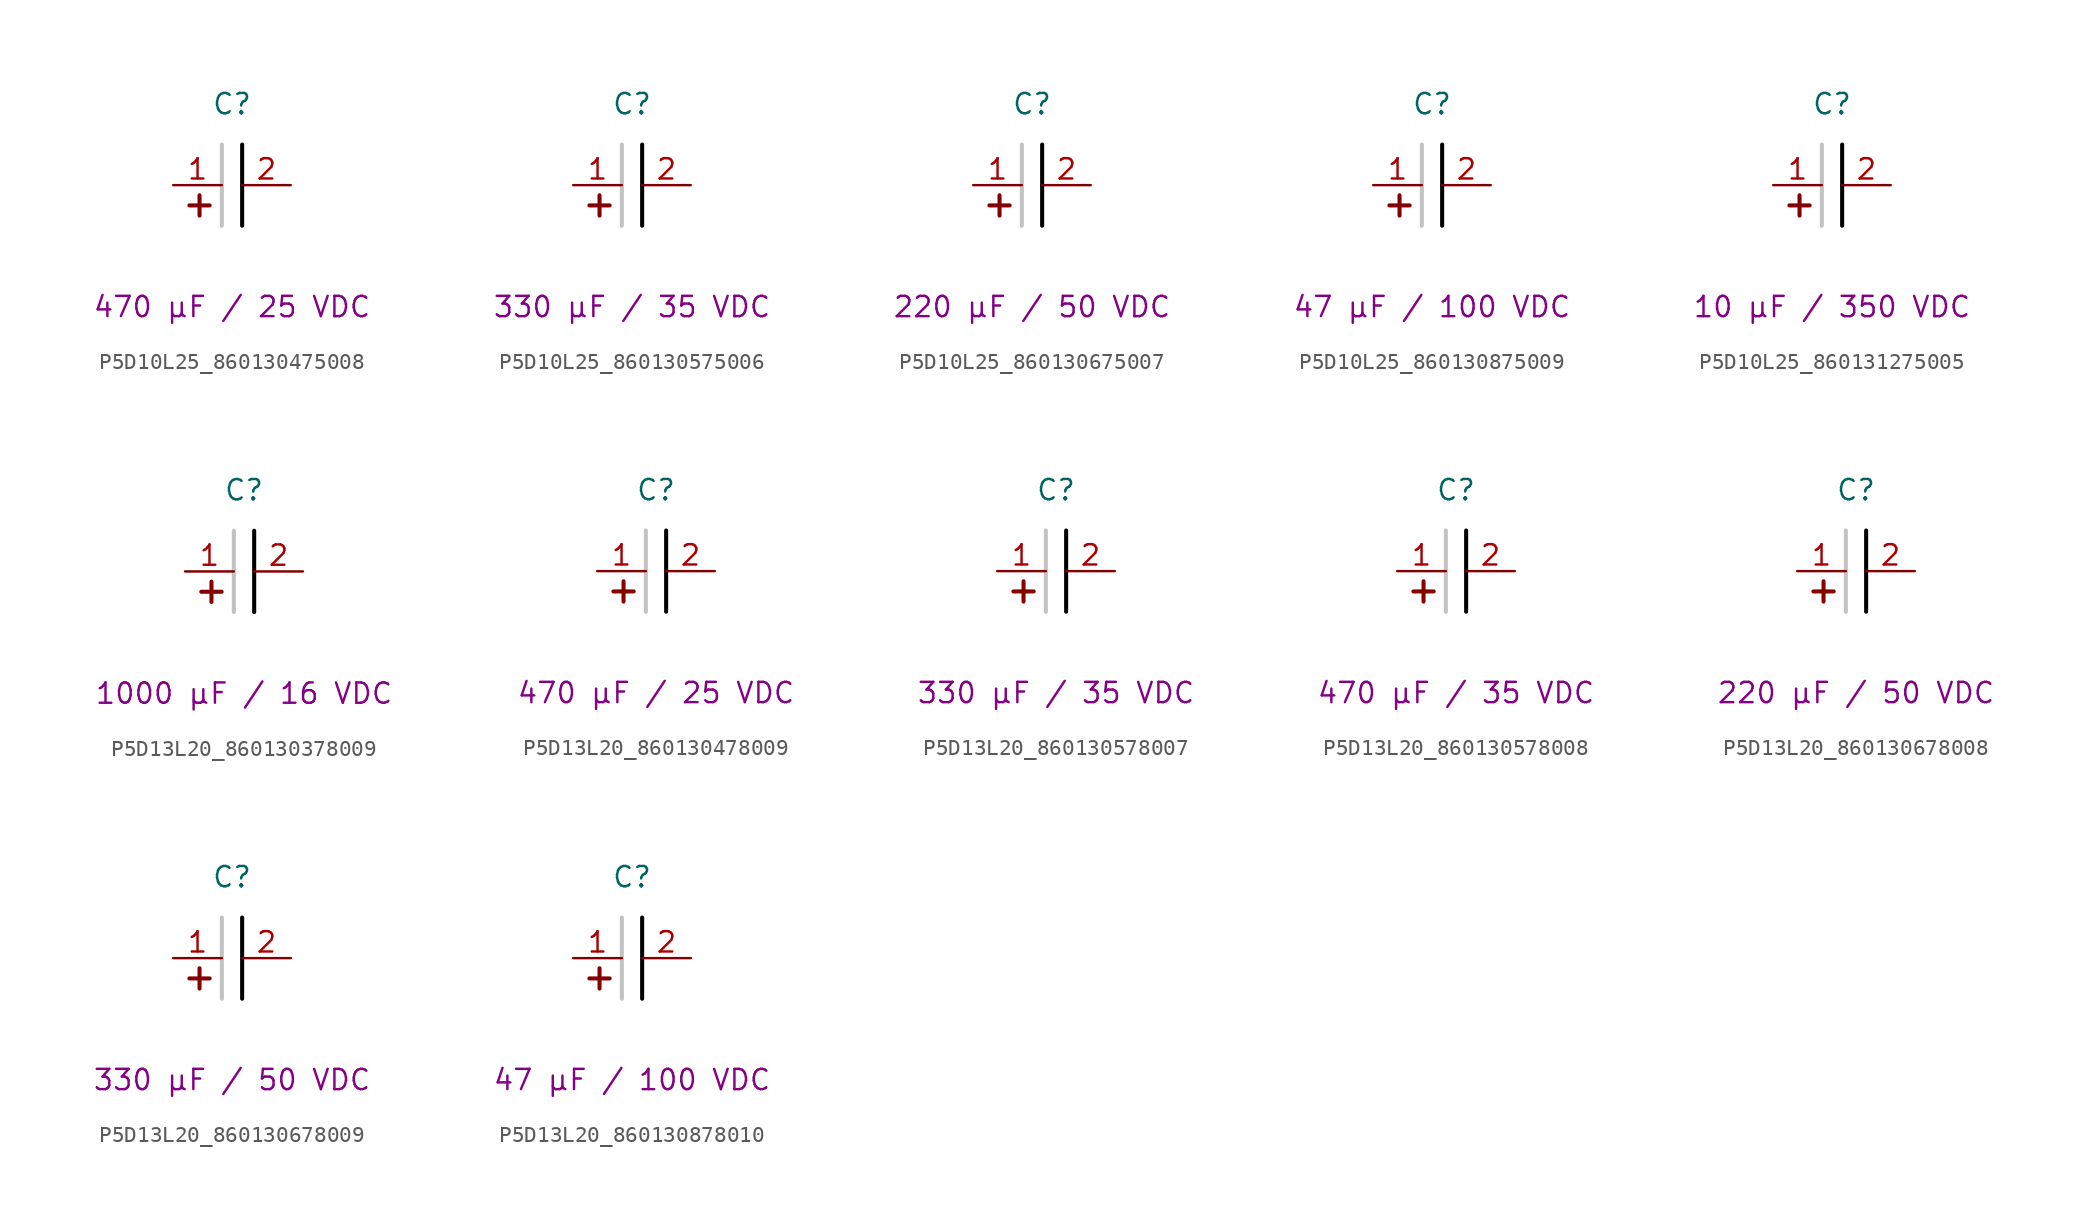
<source format=kicad_sym>
(kicad_symbol_lib
  (version 20220914)
  (generator kicad_symbol_editor)
  (symbol "P5D10L25_860130475008"
    (pin_names hide)
    (property "Reference" "C"
      (at 0 5.08 0)
      (effects (font (size 1.27 1.27))))
    (property "Critical Parameter" "470 µF / 25 VDC"
      (at 0 -7.62 0)
      (effects (font (size 1.27 1.27))))
    (symbol "P5D10L25_860130475008_1_1"
      (polyline (pts (xy -2.667 -1.27) (xy -1.397 -1.27)) (stroke (width 0.254) (type default)) (fill (type none)))
      (polyline (pts (xy -2.032 -0.635) (xy -2.032 -1.905)) (stroke (width 0.254) (type default)) (fill (type none)))
      (polyline (pts (xy -0.635 2.54) (xy -0.635 -2.54)) (stroke (width 0.254) (type default) (color 194 194 194 1)) (fill (type none)))
      (polyline (pts (xy 0.635 2.54) (xy 0.635 -2.54)) (stroke (width 0.254) (type default) (color 0 0 0 1)) (fill (type none)))
      (pin passive line (at -3.679 0 0) (length 3.044) (name "1" (effects (font (size 1.27 1.27)))) (number "1" (effects (font (size 1.27 1.27)))))
      (pin passive line (at 3.679 0 180) (length 3.044) (name "2" (effects (font (size 1.27 1.27)))) (number "2" (effects (font (size 1.27 1.27)))))))
  (symbol "P5D10L25_860130575006"
    (pin_names hide)
    (property "Reference" "C"
      (at 0 5.08 0)
      (effects (font (size 1.27 1.27))))
    (property "Critical Parameter" "330 µF / 35 VDC"
      (at 0 -7.62 0)
      (effects (font (size 1.27 1.27))))
    (symbol "P5D10L25_860130575006_1_1"
      (polyline (pts (xy -2.667 -1.27) (xy -1.397 -1.27)) (stroke (width 0.254) (type default)) (fill (type none)))
      (polyline (pts (xy -2.032 -0.635) (xy -2.032 -1.905)) (stroke (width 0.254) (type default)) (fill (type none)))
      (polyline (pts (xy -0.635 2.54) (xy -0.635 -2.54)) (stroke (width 0.254) (type default) (color 194 194 194 1)) (fill (type none)))
      (polyline (pts (xy 0.635 2.54) (xy 0.635 -2.54)) (stroke (width 0.254) (type default) (color 0 0 0 1)) (fill (type none)))
      (pin passive line (at -3.679 0 0) (length 3.044) (name "1" (effects (font (size 1.27 1.27)))) (number "1" (effects (font (size 1.27 1.27)))))
      (pin passive line (at 3.679 0 180) (length 3.044) (name "2" (effects (font (size 1.27 1.27)))) (number "2" (effects (font (size 1.27 1.27)))))))
  (symbol "P5D10L25_860130675007"
    (pin_names hide)
    (property "Reference" "C"
      (at 0 5.08 0)
      (effects (font (size 1.27 1.27))))
    (property "Critical Parameter" "220 µF / 50 VDC"
      (at 0 -7.62 0)
      (effects (font (size 1.27 1.27))))
    (symbol "P5D10L25_860130675007_1_1"
      (polyline (pts (xy -2.667 -1.27) (xy -1.397 -1.27)) (stroke (width 0.254) (type default)) (fill (type none)))
      (polyline (pts (xy -2.032 -0.635) (xy -2.032 -1.905)) (stroke (width 0.254) (type default)) (fill (type none)))
      (polyline (pts (xy -0.635 2.54) (xy -0.635 -2.54)) (stroke (width 0.254) (type default) (color 194 194 194 1)) (fill (type none)))
      (polyline (pts (xy 0.635 2.54) (xy 0.635 -2.54)) (stroke (width 0.254) (type default) (color 0 0 0 1)) (fill (type none)))
      (pin passive line (at -3.679 0 0) (length 3.044) (name "1" (effects (font (size 1.27 1.27)))) (number "1" (effects (font (size 1.27 1.27)))))
      (pin passive line (at 3.679 0 180) (length 3.044) (name "2" (effects (font (size 1.27 1.27)))) (number "2" (effects (font (size 1.27 1.27)))))))
  (symbol "P5D10L25_860130875009"
    (pin_names hide)
    (property "Reference" "C"
      (at 0 5.08 0)
      (effects (font (size 1.27 1.27))))
    (property "Critical Parameter" "47 µF / 100 VDC"
      (at 0 -7.62 0)
      (effects (font (size 1.27 1.27))))
    (symbol "P5D10L25_860130875009_1_1"
      (polyline (pts (xy -2.667 -1.27) (xy -1.397 -1.27)) (stroke (width 0.254) (type default)) (fill (type none)))
      (polyline (pts (xy -2.032 -0.635) (xy -2.032 -1.905)) (stroke (width 0.254) (type default)) (fill (type none)))
      (polyline (pts (xy -0.635 2.54) (xy -0.635 -2.54)) (stroke (width 0.254) (type default) (color 194 194 194 1)) (fill (type none)))
      (polyline (pts (xy 0.635 2.54) (xy 0.635 -2.54)) (stroke (width 0.254) (type default) (color 0 0 0 1)) (fill (type none)))
      (pin passive line (at -3.679 0 0) (length 3.044) (name "1" (effects (font (size 1.27 1.27)))) (number "1" (effects (font (size 1.27 1.27)))))
      (pin passive line (at 3.679 0 180) (length 3.044) (name "2" (effects (font (size 1.27 1.27)))) (number "2" (effects (font (size 1.27 1.27)))))))
  (symbol "P5D10L25_860131275005"
    (pin_names hide)
    (property "Reference" "C"
      (at 0 5.08 0)
      (effects (font (size 1.27 1.27))))
    (property "Critical Parameter" "10 µF / 350 VDC"
      (at 0 -7.62 0)
      (effects (font (size 1.27 1.27))))
    (symbol "P5D10L25_860131275005_1_1"
      (polyline (pts (xy -2.667 -1.27) (xy -1.397 -1.27)) (stroke (width 0.254) (type default)) (fill (type none)))
      (polyline (pts (xy -2.032 -0.635) (xy -2.032 -1.905)) (stroke (width 0.254) (type default)) (fill (type none)))
      (polyline (pts (xy -0.635 2.54) (xy -0.635 -2.54)) (stroke (width 0.254) (type default) (color 194 194 194 1)) (fill (type none)))
      (polyline (pts (xy 0.635 2.54) (xy 0.635 -2.54)) (stroke (width 0.254) (type default) (color 0 0 0 1)) (fill (type none)))
      (pin passive line (at -3.679 0 0) (length 3.044) (name "1" (effects (font (size 1.27 1.27)))) (number "1" (effects (font (size 1.27 1.27)))))
      (pin passive line (at 3.679 0 180) (length 3.044) (name "2" (effects (font (size 1.27 1.27)))) (number "2" (effects (font (size 1.27 1.27)))))))
  (symbol "P5D13L20_860130378009"
    (pin_names hide)
    (property "Reference" "C"
      (at 0 5.08 0)
      (effects (font (size 1.27 1.27))))
    (property "Critical Parameter" "1000 µF / 16 VDC"
      (at 0 -7.62 0)
      (effects (font (size 1.27 1.27))))
    (symbol "P5D13L20_860130378009_1_1"
      (polyline (pts (xy -2.667 -1.27) (xy -1.397 -1.27)) (stroke (width 0.254) (type default)) (fill (type none)))
      (polyline (pts (xy -2.032 -0.635) (xy -2.032 -1.905)) (stroke (width 0.254) (type default)) (fill (type none)))
      (polyline (pts (xy -0.635 2.54) (xy -0.635 -2.54)) (stroke (width 0.254) (type default) (color 194 194 194 1)) (fill (type none)))
      (polyline (pts (xy 0.635 2.54) (xy 0.635 -2.54)) (stroke (width 0.254) (type default) (color 0 0 0 1)) (fill (type none)))
      (pin passive line (at -3.679 0 0) (length 3.044) (name "1" (effects (font (size 1.27 1.27)))) (number "1" (effects (font (size 1.27 1.27)))))
      (pin passive line (at 3.679 0 180) (length 3.044) (name "2" (effects (font (size 1.27 1.27)))) (number "2" (effects (font (size 1.27 1.27)))))))
  (symbol "P5D13L20_860130478009"
    (pin_names hide)
    (property "Reference" "C"
      (at 0 5.08 0)
      (effects (font (size 1.27 1.27))))
    (property "Critical Parameter" "470 µF / 25 VDC"
      (at 0 -7.62 0)
      (effects (font (size 1.27 1.27))))
    (symbol "P5D13L20_860130478009_1_1"
      (polyline (pts (xy -2.667 -1.27) (xy -1.397 -1.27)) (stroke (width 0.254) (type default)) (fill (type none)))
      (polyline (pts (xy -2.032 -0.635) (xy -2.032 -1.905)) (stroke (width 0.254) (type default)) (fill (type none)))
      (polyline (pts (xy -0.635 2.54) (xy -0.635 -2.54)) (stroke (width 0.254) (type default) (color 194 194 194 1)) (fill (type none)))
      (polyline (pts (xy 0.635 2.54) (xy 0.635 -2.54)) (stroke (width 0.254) (type default) (color 0 0 0 1)) (fill (type none)))
      (pin passive line (at -3.679 0 0) (length 3.044) (name "1" (effects (font (size 1.27 1.27)))) (number "1" (effects (font (size 1.27 1.27)))))
      (pin passive line (at 3.679 0 180) (length 3.044) (name "2" (effects (font (size 1.27 1.27)))) (number "2" (effects (font (size 1.27 1.27)))))))
  (symbol "P5D13L20_860130578007"
    (pin_names hide)
    (property "Reference" "C"
      (at 0 5.08 0)
      (effects (font (size 1.27 1.27))))
    (property "Critical Parameter" "330 µF / 35 VDC"
      (at 0 -7.62 0)
      (effects (font (size 1.27 1.27))))
    (symbol "P5D13L20_860130578007_1_1"
      (polyline (pts (xy -2.667 -1.27) (xy -1.397 -1.27)) (stroke (width 0.254) (type default)) (fill (type none)))
      (polyline (pts (xy -2.032 -0.635) (xy -2.032 -1.905)) (stroke (width 0.254) (type default)) (fill (type none)))
      (polyline (pts (xy -0.635 2.54) (xy -0.635 -2.54)) (stroke (width 0.254) (type default) (color 194 194 194 1)) (fill (type none)))
      (polyline (pts (xy 0.635 2.54) (xy 0.635 -2.54)) (stroke (width 0.254) (type default) (color 0 0 0 1)) (fill (type none)))
      (pin passive line (at -3.679 0 0) (length 3.044) (name "1" (effects (font (size 1.27 1.27)))) (number "1" (effects (font (size 1.27 1.27)))))
      (pin passive line (at 3.679 0 180) (length 3.044) (name "2" (effects (font (size 1.27 1.27)))) (number "2" (effects (font (size 1.27 1.27)))))))
  (symbol "P5D13L20_860130578008"
    (pin_names hide)
    (property "Reference" "C"
      (at 0 5.08 0)
      (effects (font (size 1.27 1.27))))
    (property "Critical Parameter" "470 µF / 35 VDC"
      (at 0 -7.62 0)
      (effects (font (size 1.27 1.27))))
    (symbol "P5D13L20_860130578008_1_1"
      (polyline (pts (xy -2.667 -1.27) (xy -1.397 -1.27)) (stroke (width 0.254) (type default)) (fill (type none)))
      (polyline (pts (xy -2.032 -0.635) (xy -2.032 -1.905)) (stroke (width 0.254) (type default)) (fill (type none)))
      (polyline (pts (xy -0.635 2.54) (xy -0.635 -2.54)) (stroke (width 0.254) (type default) (color 194 194 194 1)) (fill (type none)))
      (polyline (pts (xy 0.635 2.54) (xy 0.635 -2.54)) (stroke (width 0.254) (type default) (color 0 0 0 1)) (fill (type none)))
      (pin passive line (at -3.679 0 0) (length 3.044) (name "1" (effects (font (size 1.27 1.27)))) (number "1" (effects (font (size 1.27 1.27)))))
      (pin passive line (at 3.679 0 180) (length 3.044) (name "2" (effects (font (size 1.27 1.27)))) (number "2" (effects (font (size 1.27 1.27)))))))
  (symbol "P5D13L20_860130678008"
    (pin_names hide)
    (property "Reference" "C"
      (at 0 5.08 0)
      (effects (font (size 1.27 1.27))))
    (property "Critical Parameter" "220 µF / 50 VDC"
      (at 0 -7.62 0)
      (effects (font (size 1.27 1.27))))
    (symbol "P5D13L20_860130678008_1_1"
      (polyline (pts (xy -2.667 -1.27) (xy -1.397 -1.27)) (stroke (width 0.254) (type default)) (fill (type none)))
      (polyline (pts (xy -2.032 -0.635) (xy -2.032 -1.905)) (stroke (width 0.254) (type default)) (fill (type none)))
      (polyline (pts (xy -0.635 2.54) (xy -0.635 -2.54)) (stroke (width 0.254) (type default) (color 194 194 194 1)) (fill (type none)))
      (polyline (pts (xy 0.635 2.54) (xy 0.635 -2.54)) (stroke (width 0.254) (type default) (color 0 0 0 1)) (fill (type none)))
      (pin passive line (at -3.679 0 0) (length 3.044) (name "1" (effects (font (size 1.27 1.27)))) (number "1" (effects (font (size 1.27 1.27)))))
      (pin passive line (at 3.679 0 180) (length 3.044) (name "2" (effects (font (size 1.27 1.27)))) (number "2" (effects (font (size 1.27 1.27)))))))
  (symbol "P5D13L20_860130678009"
    (pin_names hide)
    (property "Reference" "C"
      (at 0 5.08 0)
      (effects (font (size 1.27 1.27))))
    (property "Critical Parameter" "330 µF / 50 VDC"
      (at 0 -7.62 0)
      (effects (font (size 1.27 1.27))))
    (symbol "P5D13L20_860130678009_1_1"
      (polyline (pts (xy -2.667 -1.27) (xy -1.397 -1.27)) (stroke (width 0.254) (type default)) (fill (type none)))
      (polyline (pts (xy -2.032 -0.635) (xy -2.032 -1.905)) (stroke (width 0.254) (type default)) (fill (type none)))
      (polyline (pts (xy -0.635 2.54) (xy -0.635 -2.54)) (stroke (width 0.254) (type default) (color 194 194 194 1)) (fill (type none)))
      (polyline (pts (xy 0.635 2.54) (xy 0.635 -2.54)) (stroke (width 0.254) (type default) (color 0 0 0 1)) (fill (type none)))
      (pin passive line (at -3.679 0 0) (length 3.044) (name "1" (effects (font (size 1.27 1.27)))) (number "1" (effects (font (size 1.27 1.27)))))
      (pin passive line (at 3.679 0 180) (length 3.044) (name "2" (effects (font (size 1.27 1.27)))) (number "2" (effects (font (size 1.27 1.27)))))))
  (symbol "P5D13L20_860130878010"
    (pin_names hide)
    (property "Reference" "C"
      (at 0 5.08 0)
      (effects (font (size 1.27 1.27))))
    (property "Critical Parameter" "47 µF / 100 VDC"
      (at 0 -7.62 0)
      (effects (font (size 1.27 1.27))))
    (symbol "P5D13L20_860130878010_1_1"
      (polyline (pts (xy -2.667 -1.27) (xy -1.397 -1.27)) (stroke (width 0.254) (type default)) (fill (type none)))
      (polyline (pts (xy -2.032 -0.635) (xy -2.032 -1.905)) (stroke (width 0.254) (type default)) (fill (type none)))
      (polyline (pts (xy -0.635 2.54) (xy -0.635 -2.54)) (stroke (width 0.254) (type default) (color 194 194 194 1)) (fill (type none)))
      (polyline (pts (xy 0.635 2.54) (xy 0.635 -2.54)) (stroke (width 0.254) (type default) (color 0 0 0 1)) (fill (type none)))
      (pin passive line (at -3.679 0 0) (length 3.044) (name "1" (effects (font (size 1.27 1.27)))) (number "1" (effects (font (size 1.27 1.27)))))
      (pin passive line (at 3.679 0 180) (length 3.044) (name "2" (effects (font (size 1.27 1.27)))) (number "2" (effects (font (size 1.27 1.27))))))))
</source>
